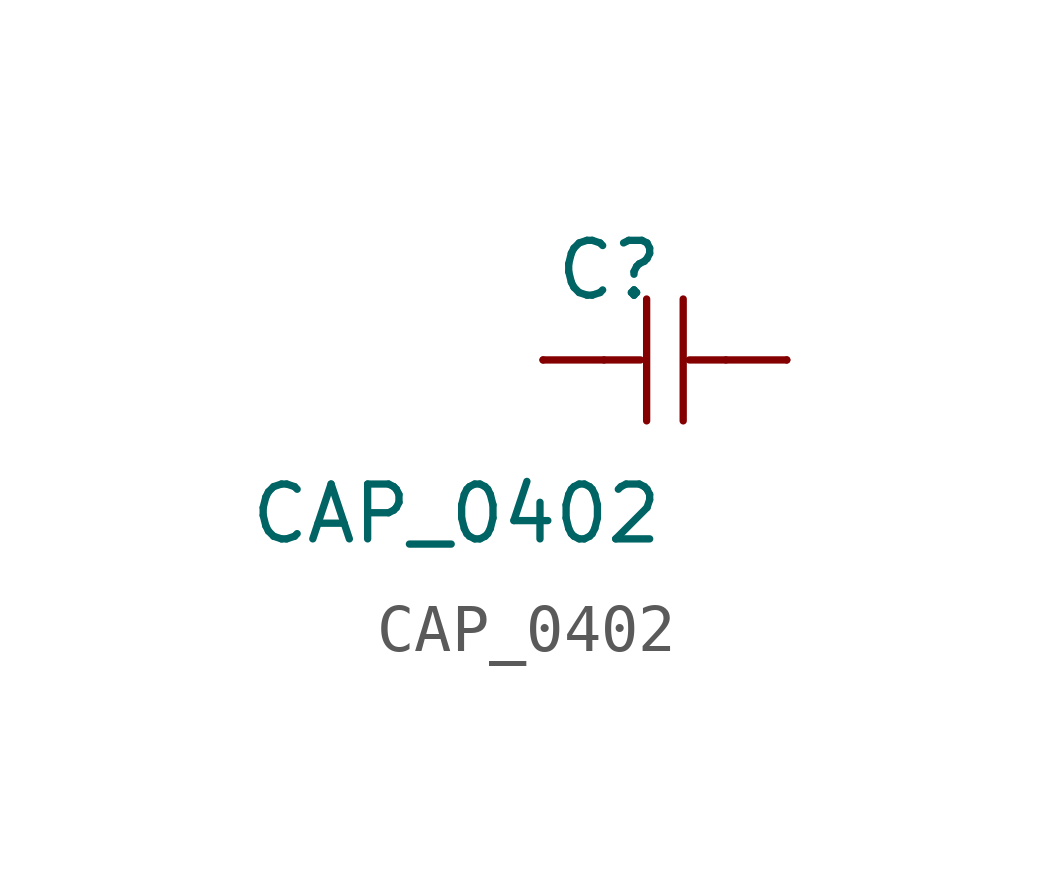
<source format=kicad_sym>
(kicad_symbol_lib
  (version 20211014)
  (generator kicad_symbol_editor)
  (symbol "CAP_0402"
    (pin_numbers hide)
    (pin_names
      (offset 1.016) hide)
    (property "Reference" "C"
      (at 0 2.54 0)
      (effects (font (size 1.143 1.143)) (justify right top)))
    (property "Value" "CAP_0402"
      (at 0 -2.54 0)
      (effects (font (size 1.143 1.143)) (justify right top)))
    (property "ki_locked" ""
      (at 0 0 0)
      (effects (font (size 1.27 1.27))))
    (symbol "CAP_0402_1_0"
      (polyline (pts (xy -1.27 0) (xy -2.54 0)) (stroke (width 0) (type default) (color 0 0 0 0)) (fill (type none)))
      (polyline (pts (xy -1.27 0) (xy -0.508 0)) (stroke (width 0) (type default) (color 0 0 0 0)) (fill (type none)))
      (polyline (pts (xy -0.381 -1.27) (xy -0.381 1.27)) (stroke (width 0) (type default) (color 0 0 0 0)) (fill (type none)))
      (polyline (pts (xy 0.381 -1.27) (xy 0.381 1.27)) (stroke (width 0) (type default) (color 0 0 0 0)) (fill (type none)))
      (polyline (pts (xy 1.27 0) (xy 0.508 0)) (stroke (width 0) (type default) (color 0 0 0 0)) (fill (type none)))
      (polyline (pts (xy 1.27 0) (xy 2.54 0)) (stroke (width 0) (type default) (color 0 0 0 0)) (fill (type none))))
    (symbol "CAP_0402_1_1"
      (pin passive line (at -2.54 0 0) (length 0) (name "1" (effects (font (size 1.016 1.016)))) (number "1" (effects (font (size 1.016 1.016)))))
      (pin passive line (at 2.54 0 180) (length 0) (name "2" (effects (font (size 1.016 1.016)))) (number "2" (effects (font (size 1.016 1.016))))))))
</source>
